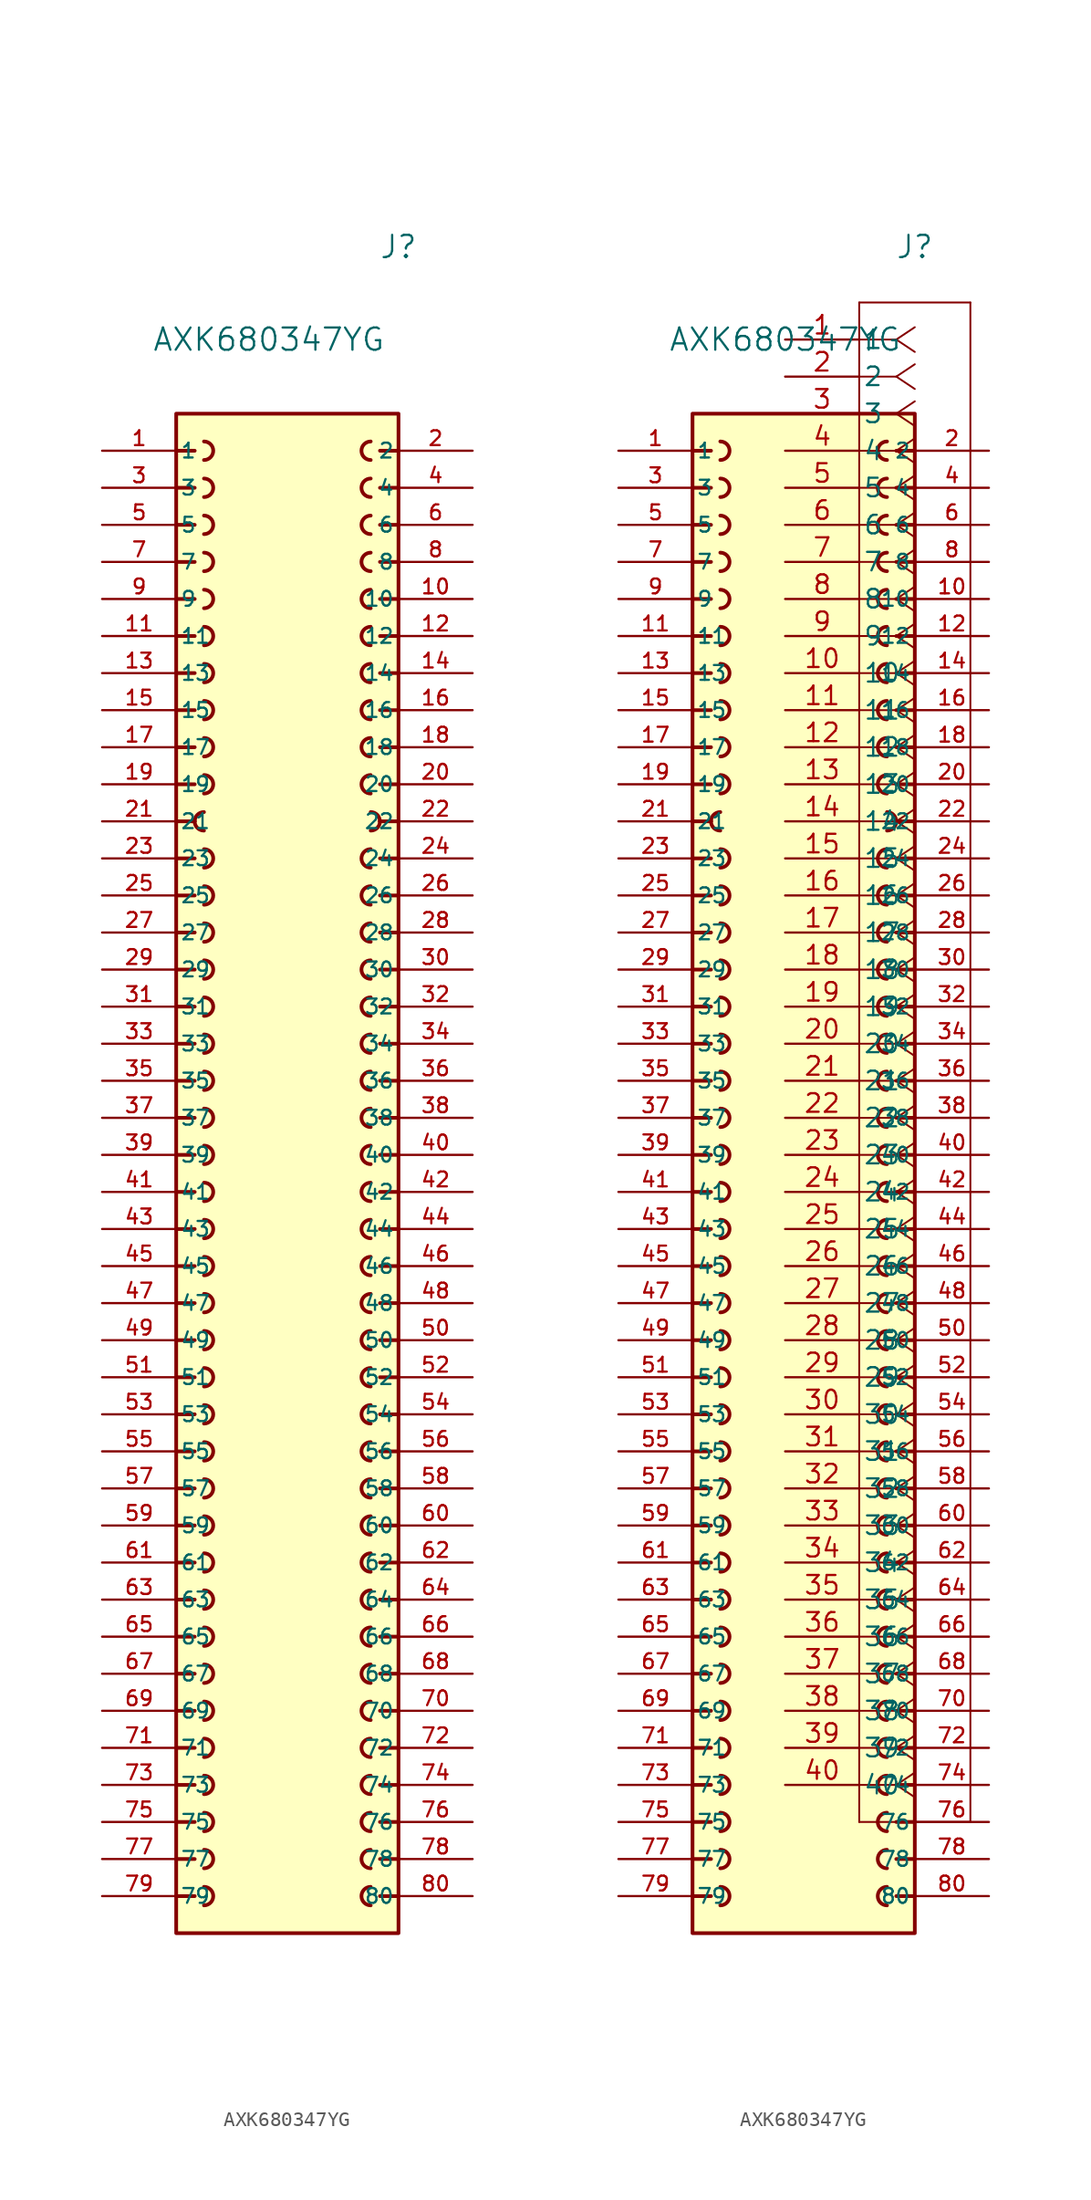
<source format=kicad_sym>
(kicad_symbol_lib
  (version 20231120)
  (generator "kicad_symbol_editor")
  (generator_version "8.0")
  (symbol "AXK680347YG"
    (pin_names
      (offset 0.254))
    (property "Reference" "J"
      (at 7.62 63.5 0)
      (effects (font (size 1.524 1.524))))
    (property "Value" "AXK680347YG"
      (at -1.27 57.15 0)
      (effects (font (size 1.524 1.524))))
    (symbol "AXK680347YG_0_0"
      (rectangle (start -7.62 52.07) (end 7.62 -52.07) (stroke (width 0.254) (type solid)) (fill (type background)))
      (arc (start -6.35 24.13) (mid -6.164 23.681) (end -5.715 23.495) (stroke (width 0.254) (type solid)) (fill (type none)))
      (arc (start -5.715 -50.165) (mid -5.0827 -49.53) (end -5.715 -48.895) (stroke (width 0.254) (type solid)) (fill (type none)))
      (arc (start -5.715 -47.625) (mid -5.0827 -46.99) (end -5.715 -46.355) (stroke (width 0.254) (type solid)) (fill (type none)))
      (arc (start -5.715 -45.085) (mid -5.0827 -44.45) (end -5.715 -43.815) (stroke (width 0.254) (type solid)) (fill (type none)))
      (arc (start -5.715 -42.545) (mid -5.0827 -41.91) (end -5.715 -41.275) (stroke (width 0.254) (type solid)) (fill (type none)))
      (arc (start -5.715 -40.005) (mid -5.0827 -39.37) (end -5.715 -38.735) (stroke (width 0.254) (type solid)) (fill (type none)))
      (arc (start -5.715 -37.465) (mid -5.0827 -36.83) (end -5.715 -36.195) (stroke (width 0.254) (type solid)) (fill (type none)))
      (arc (start -5.715 -34.925) (mid -5.0827 -34.29) (end -5.715 -33.655) (stroke (width 0.254) (type solid)) (fill (type none)))
      (arc (start -5.715 -32.385) (mid -5.0827 -31.75) (end -5.715 -31.115) (stroke (width 0.254) (type solid)) (fill (type none)))
      (arc (start -5.715 -29.845) (mid -5.0827 -29.21) (end -5.715 -28.575) (stroke (width 0.254) (type solid)) (fill (type none)))
      (arc (start -5.715 -27.305) (mid -5.0827 -26.67) (end -5.715 -26.035) (stroke (width 0.254) (type solid)) (fill (type none)))
      (arc (start -5.715 -24.765) (mid -5.0827 -24.13) (end -5.715 -23.495) (stroke (width 0.254) (type solid)) (fill (type none)))
      (arc (start -5.715 -22.225) (mid -5.0827 -21.59) (end -5.715 -20.955) (stroke (width 0.254) (type solid)) (fill (type none)))
      (arc (start -5.715 -19.685) (mid -5.0827 -19.05) (end -5.715 -18.415) (stroke (width 0.254) (type solid)) (fill (type none)))
      (arc (start -5.715 -17.145) (mid -5.0827 -16.51) (end -5.715 -15.875) (stroke (width 0.254) (type solid)) (fill (type none)))
      (arc (start -5.715 -14.605) (mid -5.0827 -13.97) (end -5.715 -13.335) (stroke (width 0.254) (type solid)) (fill (type none)))
      (arc (start -5.715 -12.065) (mid -5.0827 -11.43) (end -5.715 -10.795) (stroke (width 0.254) (type solid)) (fill (type none)))
      (arc (start -5.715 -9.525) (mid -5.0827 -8.89) (end -5.715 -8.255) (stroke (width 0.254) (type solid)) (fill (type none)))
      (arc (start -5.715 -6.985) (mid -5.0827 -6.35) (end -5.715 -5.715) (stroke (width 0.254) (type solid)) (fill (type none)))
      (arc (start -5.715 -4.445) (mid -5.0827 -3.81) (end -5.715 -3.175) (stroke (width 0.254) (type solid)) (fill (type none)))
      (arc (start -5.715 -1.905) (mid -5.0827 -1.27) (end -5.715 -0.635) (stroke (width 0.254) (type solid)) (fill (type none)))
      (arc (start -5.715 0.635) (mid -5.0827 1.27) (end -5.715 1.905) (stroke (width 0.254) (type solid)) (fill (type none)))
      (arc (start -5.715 3.175) (mid -5.0827 3.81) (end -5.715 4.445) (stroke (width 0.254) (type solid)) (fill (type none)))
      (arc (start -5.715 5.715) (mid -5.0827 6.35) (end -5.715 6.985) (stroke (width 0.254) (type solid)) (fill (type none)))
      (arc (start -5.715 8.255) (mid -5.0827 8.89) (end -5.715 9.525) (stroke (width 0.254) (type solid)) (fill (type none)))
      (arc (start -5.715 10.795) (mid -5.0827 11.43) (end -5.715 12.065) (stroke (width 0.254) (type solid)) (fill (type none)))
      (arc (start -5.715 13.335) (mid -5.0827 13.97) (end -5.715 14.605) (stroke (width 0.254) (type solid)) (fill (type none)))
      (arc (start -5.715 15.875) (mid -5.0827 16.51) (end -5.715 17.145) (stroke (width 0.254) (type solid)) (fill (type none)))
      (arc (start -5.715 18.415) (mid -5.0827 19.05) (end -5.715 19.685) (stroke (width 0.254) (type solid)) (fill (type none)))
      (arc (start -5.715 20.955) (mid -5.0827 21.59) (end -5.715 22.225) (stroke (width 0.254) (type solid)) (fill (type none)))
      (arc (start -5.715 24.765) (mid -6.164 24.579) (end -6.35 24.13) (stroke (width 0.254) (type solid)) (fill (type none)))
      (arc (start -5.715 26.035) (mid -5.0827 26.67) (end -5.715 27.305) (stroke (width 0.254) (type solid)) (fill (type none)))
      (arc (start -5.715 28.575) (mid -5.0827 29.21) (end -5.715 29.845) (stroke (width 0.254) (type solid)) (fill (type none)))
      (arc (start -5.715 31.115) (mid -5.0827 31.75) (end -5.715 32.385) (stroke (width 0.254) (type solid)) (fill (type none)))
      (arc (start -5.715 33.655) (mid -5.0827 34.29) (end -5.715 34.925) (stroke (width 0.254) (type solid)) (fill (type none)))
      (arc (start -5.715 36.195) (mid -5.0827 36.83) (end -5.715 37.465) (stroke (width 0.254) (type solid)) (fill (type none)))
      (arc (start -5.715 38.735) (mid -5.0827 39.37) (end -5.715 40.005) (stroke (width 0.254) (type solid)) (fill (type none)))
      (arc (start -5.715 41.275) (mid -5.0827 41.91) (end -5.715 42.545) (stroke (width 0.254) (type solid)) (fill (type none)))
      (arc (start -5.715 43.815) (mid -5.0827 44.45) (end -5.715 45.085) (stroke (width 0.254) (type solid)) (fill (type none)))
      (arc (start -5.715 46.355) (mid -5.0827 46.99) (end -5.715 47.625) (stroke (width 0.254) (type solid)) (fill (type none)))
      (arc (start -5.715 48.895) (mid -5.0827 49.53) (end -5.715 50.165) (stroke (width 0.254) (type solid)) (fill (type none)))
      (polyline (pts (xy -7.62 -49.53) (xy -6.35 -49.53)) (stroke (width 0.254) (type solid)) (fill (type none)))
      (polyline (pts (xy -7.62 -46.99) (xy -6.35 -46.99)) (stroke (width 0.254) (type solid)) (fill (type none)))
      (polyline (pts (xy -7.62 -44.45) (xy -6.35 -44.45)) (stroke (width 0.254) (type solid)) (fill (type none)))
      (polyline (pts (xy -7.62 -41.91) (xy -6.35 -41.91)) (stroke (width 0.254) (type solid)) (fill (type none)))
      (polyline (pts (xy -7.62 -39.37) (xy -6.35 -39.37)) (stroke (width 0.254) (type solid)) (fill (type none)))
      (polyline (pts (xy -7.62 -36.83) (xy -6.35 -36.83)) (stroke (width 0.254) (type solid)) (fill (type none)))
      (polyline (pts (xy -7.62 -34.29) (xy -6.35 -34.29)) (stroke (width 0.254) (type solid)) (fill (type none)))
      (polyline (pts (xy -7.62 -31.75) (xy -6.35 -31.75)) (stroke (width 0.254) (type solid)) (fill (type none)))
      (polyline (pts (xy -7.62 -29.21) (xy -6.35 -29.21)) (stroke (width 0.254) (type solid)) (fill (type none)))
      (polyline (pts (xy -7.62 -26.67) (xy -6.35 -26.67)) (stroke (width 0.254) (type solid)) (fill (type none)))
      (polyline (pts (xy -7.62 -24.13) (xy -6.35 -24.13)) (stroke (width 0.254) (type solid)) (fill (type none)))
      (polyline (pts (xy -7.62 -21.59) (xy -6.35 -21.59)) (stroke (width 0.254) (type solid)) (fill (type none)))
      (polyline (pts (xy -7.62 -19.05) (xy -6.35 -19.05)) (stroke (width 0.254) (type solid)) (fill (type none)))
      (polyline (pts (xy -7.62 -16.51) (xy -6.35 -16.51)) (stroke (width 0.254) (type solid)) (fill (type none)))
      (polyline (pts (xy -7.62 -13.97) (xy -6.35 -13.97)) (stroke (width 0.254) (type solid)) (fill (type none)))
      (polyline (pts (xy -7.62 -11.43) (xy -6.35 -11.43)) (stroke (width 0.254) (type solid)) (fill (type none)))
      (polyline (pts (xy -7.62 -8.89) (xy -6.35 -8.89)) (stroke (width 0.254) (type solid)) (fill (type none)))
      (polyline (pts (xy -7.62 -6.35) (xy -6.35 -6.35)) (stroke (width 0.254) (type solid)) (fill (type none)))
      (polyline (pts (xy -7.62 -3.81) (xy -6.35 -3.81)) (stroke (width 0.254) (type solid)) (fill (type none)))
      (polyline (pts (xy -7.62 -1.27) (xy -6.35 -1.27)) (stroke (width 0.254) (type solid)) (fill (type none)))
      (polyline (pts (xy -7.62 1.27) (xy -6.35 1.27)) (stroke (width 0.254) (type solid)) (fill (type none)))
      (polyline (pts (xy -7.62 3.81) (xy -6.35 3.81)) (stroke (width 0.254) (type solid)) (fill (type none)))
      (polyline (pts (xy -7.62 6.35) (xy -6.35 6.35)) (stroke (width 0.254) (type solid)) (fill (type none)))
      (polyline (pts (xy -7.62 8.89) (xy -6.35 8.89)) (stroke (width 0.254) (type solid)) (fill (type none)))
      (polyline (pts (xy -7.62 11.43) (xy -6.35 11.43)) (stroke (width 0.254) (type solid)) (fill (type none)))
      (polyline (pts (xy -7.62 13.97) (xy -6.35 13.97)) (stroke (width 0.254) (type solid)) (fill (type none)))
      (polyline (pts (xy -7.62 16.51) (xy -6.35 16.51)) (stroke (width 0.254) (type solid)) (fill (type none)))
      (polyline (pts (xy -7.62 19.05) (xy -6.35 19.05)) (stroke (width 0.254) (type solid)) (fill (type none)))
      (polyline (pts (xy -7.62 21.59) (xy -6.35 21.59)) (stroke (width 0.254) (type solid)) (fill (type none)))
      (polyline (pts (xy -7.62 24.13) (xy -6.35 24.13)) (stroke (width 0.254) (type solid)) (fill (type none)))
      (polyline (pts (xy -7.62 26.67) (xy -6.35 26.67)) (stroke (width 0.254) (type solid)) (fill (type none)))
      (polyline (pts (xy -7.62 29.21) (xy -6.35 29.21)) (stroke (width 0.254) (type solid)) (fill (type none)))
      (polyline (pts (xy -7.62 31.75) (xy -6.35 31.75)) (stroke (width 0.254) (type solid)) (fill (type none)))
      (polyline (pts (xy -7.62 34.29) (xy -6.35 34.29)) (stroke (width 0.254) (type solid)) (fill (type none)))
      (polyline (pts (xy -7.62 36.83) (xy -6.35 36.83)) (stroke (width 0.254) (type solid)) (fill (type none)))
      (polyline (pts (xy -7.62 39.37) (xy -6.35 39.37)) (stroke (width 0.254) (type solid)) (fill (type none)))
      (polyline (pts (xy -7.62 41.91) (xy -6.35 41.91)) (stroke (width 0.254) (type solid)) (fill (type none)))
      (polyline (pts (xy -7.62 44.45) (xy -6.35 44.45)) (stroke (width 0.254) (type solid)) (fill (type none)))
      (polyline (pts (xy -7.62 46.99) (xy -6.35 46.99)) (stroke (width 0.254) (type solid)) (fill (type none)))
      (polyline (pts (xy -7.62 49.53) (xy -6.35 49.53)) (stroke (width 0.254) (type solid)) (fill (type none)))
      (polyline (pts (xy 7.62 -49.53) (xy 6.35 -49.53)) (stroke (width 0.254) (type solid)) (fill (type none)))
      (polyline (pts (xy 7.62 -46.99) (xy 6.35 -46.99)) (stroke (width 0.254) (type solid)) (fill (type none)))
      (polyline (pts (xy 7.62 -44.45) (xy 6.35 -44.45)) (stroke (width 0.254) (type solid)) (fill (type none)))
      (polyline (pts (xy 7.62 -41.91) (xy 6.35 -41.91)) (stroke (width 0.254) (type solid)) (fill (type none)))
      (polyline (pts (xy 7.62 -39.37) (xy 6.35 -39.37)) (stroke (width 0.254) (type solid)) (fill (type none)))
      (polyline (pts (xy 7.62 -36.83) (xy 6.35 -36.83)) (stroke (width 0.254) (type solid)) (fill (type none)))
      (polyline (pts (xy 7.62 -34.29) (xy 6.35 -34.29)) (stroke (width 0.254) (type solid)) (fill (type none)))
      (polyline (pts (xy 7.62 -31.75) (xy 6.35 -31.75)) (stroke (width 0.254) (type solid)) (fill (type none)))
      (polyline (pts (xy 7.62 -29.21) (xy 6.35 -29.21)) (stroke (width 0.254) (type solid)) (fill (type none)))
      (polyline (pts (xy 7.62 -26.67) (xy 6.35 -26.67)) (stroke (width 0.254) (type solid)) (fill (type none)))
      (polyline (pts (xy 7.62 -24.13) (xy 6.35 -24.13)) (stroke (width 0.254) (type solid)) (fill (type none)))
      (polyline (pts (xy 7.62 -21.59) (xy 6.35 -21.59)) (stroke (width 0.254) (type solid)) (fill (type none)))
      (polyline (pts (xy 7.62 -19.05) (xy 6.35 -19.05)) (stroke (width 0.254) (type solid)) (fill (type none)))
      (polyline (pts (xy 7.62 -16.51) (xy 6.35 -16.51)) (stroke (width 0.254) (type solid)) (fill (type none)))
      (polyline (pts (xy 7.62 -13.97) (xy 6.35 -13.97)) (stroke (width 0.254) (type solid)) (fill (type none)))
      (polyline (pts (xy 7.62 -11.43) (xy 6.35 -11.43)) (stroke (width 0.254) (type solid)) (fill (type none)))
      (polyline (pts (xy 7.62 -8.89) (xy 6.35 -8.89)) (stroke (width 0.254) (type solid)) (fill (type none)))
      (polyline (pts (xy 7.62 -6.35) (xy 6.35 -6.35)) (stroke (width 0.254) (type solid)) (fill (type none)))
      (polyline (pts (xy 7.62 -3.81) (xy 6.35 -3.81)) (stroke (width 0.254) (type solid)) (fill (type none)))
      (polyline (pts (xy 7.62 -1.27) (xy 6.35 -1.27)) (stroke (width 0.254) (type solid)) (fill (type none)))
      (polyline (pts (xy 7.62 1.27) (xy 6.35 1.27)) (stroke (width 0.254) (type solid)) (fill (type none)))
      (polyline (pts (xy 7.62 3.81) (xy 6.35 3.81)) (stroke (width 0.254) (type solid)) (fill (type none)))
      (polyline (pts (xy 7.62 6.35) (xy 6.35 6.35)) (stroke (width 0.254) (type solid)) (fill (type none)))
      (polyline (pts (xy 7.62 8.89) (xy 6.35 8.89)) (stroke (width 0.254) (type solid)) (fill (type none)))
      (polyline (pts (xy 7.62 11.43) (xy 6.35 11.43)) (stroke (width 0.254) (type solid)) (fill (type none)))
      (polyline (pts (xy 7.62 13.97) (xy 6.35 13.97)) (stroke (width 0.254) (type solid)) (fill (type none)))
      (polyline (pts (xy 7.62 16.51) (xy 6.35 16.51)) (stroke (width 0.254) (type solid)) (fill (type none)))
      (polyline (pts (xy 7.62 19.05) (xy 6.35 19.05)) (stroke (width 0.254) (type solid)) (fill (type none)))
      (polyline (pts (xy 7.62 21.59) (xy 6.35 21.59)) (stroke (width 0.254) (type solid)) (fill (type none)))
      (polyline (pts (xy 7.62 24.13) (xy 6.35 24.13)) (stroke (width 0.254) (type solid)) (fill (type none)))
      (polyline (pts (xy 7.62 26.67) (xy 6.35 26.67)) (stroke (width 0.254) (type solid)) (fill (type none)))
      (polyline (pts (xy 7.62 29.21) (xy 6.35 29.21)) (stroke (width 0.254) (type solid)) (fill (type none)))
      (polyline (pts (xy 7.62 31.75) (xy 6.35 31.75)) (stroke (width 0.254) (type solid)) (fill (type none)))
      (polyline (pts (xy 7.62 34.29) (xy 6.35 34.29)) (stroke (width 0.254) (type solid)) (fill (type none)))
      (polyline (pts (xy 7.62 36.83) (xy 6.35 36.83)) (stroke (width 0.254) (type solid)) (fill (type none)))
      (polyline (pts (xy 7.62 39.37) (xy 6.35 39.37)) (stroke (width 0.254) (type solid)) (fill (type none)))
      (polyline (pts (xy 7.62 41.91) (xy 6.35 41.91)) (stroke (width 0.254) (type solid)) (fill (type none)))
      (polyline (pts (xy 7.62 44.45) (xy 6.35 44.45)) (stroke (width 0.254) (type solid)) (fill (type none)))
      (polyline (pts (xy 7.62 46.99) (xy 6.35 46.99)) (stroke (width 0.254) (type solid)) (fill (type none)))
      (polyline (pts (xy 7.62 49.53) (xy 6.35 49.53)) (stroke (width 0.254) (type solid)) (fill (type none)))
      (arc (start 5.715 -48.895) (mid 5.083 -49.53) (end 5.715 -50.165) (stroke (width 0.254) (type solid)) (fill (type none)))
      (arc (start 5.715 -46.355) (mid 5.083 -46.99) (end 5.715 -47.625) (stroke (width 0.254) (type solid)) (fill (type none)))
      (arc (start 5.715 -43.815) (mid 5.083 -44.45) (end 5.715 -45.085) (stroke (width 0.254) (type solid)) (fill (type none)))
      (arc (start 5.715 -41.275) (mid 5.083 -41.91) (end 5.715 -42.545) (stroke (width 0.254) (type solid)) (fill (type none)))
      (arc (start 5.715 -38.735) (mid 5.083 -39.37) (end 5.715 -40.005) (stroke (width 0.254) (type solid)) (fill (type none)))
      (arc (start 5.715 -36.195) (mid 5.083 -36.83) (end 5.715 -37.465) (stroke (width 0.254) (type solid)) (fill (type none)))
      (arc (start 5.715 -33.655) (mid 5.083 -34.29) (end 5.715 -34.925) (stroke (width 0.254) (type solid)) (fill (type none)))
      (arc (start 5.715 -31.115) (mid 5.083 -31.75) (end 5.715 -32.385) (stroke (width 0.254) (type solid)) (fill (type none)))
      (arc (start 5.715 -28.575) (mid 5.083 -29.21) (end 5.715 -29.845) (stroke (width 0.254) (type solid)) (fill (type none)))
      (arc (start 5.715 -26.035) (mid 5.083 -26.67) (end 5.715 -27.305) (stroke (width 0.254) (type solid)) (fill (type none)))
      (arc (start 5.715 -23.495) (mid 5.083 -24.13) (end 5.715 -24.765) (stroke (width 0.254) (type solid)) (fill (type none)))
      (arc (start 5.715 -20.955) (mid 5.083 -21.59) (end 5.715 -22.225) (stroke (width 0.254) (type solid)) (fill (type none)))
      (arc (start 5.715 -18.415) (mid 5.083 -19.05) (end 5.715 -19.685) (stroke (width 0.254) (type solid)) (fill (type none)))
      (arc (start 5.715 -15.875) (mid 5.083 -16.51) (end 5.715 -17.145) (stroke (width 0.254) (type solid)) (fill (type none)))
      (arc (start 5.715 -13.335) (mid 5.083 -13.97) (end 5.715 -14.605) (stroke (width 0.254) (type solid)) (fill (type none)))
      (arc (start 5.715 -10.795) (mid 5.083 -11.43) (end 5.715 -12.065) (stroke (width 0.254) (type solid)) (fill (type none)))
      (arc (start 5.715 -8.255) (mid 5.083 -8.89) (end 5.715 -9.525) (stroke (width 0.254) (type solid)) (fill (type none)))
      (arc (start 5.715 -5.715) (mid 5.083 -6.35) (end 5.715 -6.985) (stroke (width 0.254) (type solid)) (fill (type none)))
      (arc (start 5.715 -3.175) (mid 5.083 -3.81) (end 5.715 -4.445) (stroke (width 0.254) (type solid)) (fill (type none)))
      (arc (start 5.715 -0.635) (mid 5.083 -1.27) (end 5.715 -1.905) (stroke (width 0.254) (type solid)) (fill (type none)))
      (arc (start 5.715 1.905) (mid 5.083 1.27) (end 5.715 0.635) (stroke (width 0.254) (type solid)) (fill (type none)))
      (arc (start 5.715 4.445) (mid 5.083 3.81) (end 5.715 3.175) (stroke (width 0.254) (type solid)) (fill (type none)))
      (arc (start 5.715 6.985) (mid 5.083 6.35) (end 5.715 5.715) (stroke (width 0.254) (type solid)) (fill (type none)))
      (arc (start 5.715 9.525) (mid 5.083 8.89) (end 5.715 8.255) (stroke (width 0.254) (type solid)) (fill (type none)))
      (arc (start 5.715 12.065) (mid 5.083 11.43) (end 5.715 10.795) (stroke (width 0.254) (type solid)) (fill (type none)))
      (arc (start 5.715 14.605) (mid 5.083 13.97) (end 5.715 13.335) (stroke (width 0.254) (type solid)) (fill (type none)))
      (arc (start 5.715 17.145) (mid 5.083 16.51) (end 5.715 15.875) (stroke (width 0.254) (type solid)) (fill (type none)))
      (arc (start 5.715 19.685) (mid 5.083 19.05) (end 5.715 18.415) (stroke (width 0.254) (type solid)) (fill (type none)))
      (arc (start 5.715 22.225) (mid 5.083 21.59) (end 5.715 20.955) (stroke (width 0.254) (type solid)) (fill (type none)))
      (arc (start 5.715 23.495) (mid 6.164 23.681) (end 6.35 24.13) (stroke (width 0.254) (type solid)) (fill (type none)))
      (arc (start 5.715 27.305) (mid 5.083 26.67) (end 5.715 26.035) (stroke (width 0.254) (type solid)) (fill (type none)))
      (arc (start 5.715 29.845) (mid 5.083 29.21) (end 5.715 28.575) (stroke (width 0.254) (type solid)) (fill (type none)))
      (arc (start 5.715 32.385) (mid 5.083 31.75) (end 5.715 31.115) (stroke (width 0.254) (type solid)) (fill (type none)))
      (arc (start 5.715 34.925) (mid 5.083 34.29) (end 5.715 33.655) (stroke (width 0.254) (type solid)) (fill (type none)))
      (arc (start 5.715 37.465) (mid 5.083 36.83) (end 5.715 36.195) (stroke (width 0.254) (type solid)) (fill (type none)))
      (arc (start 5.715 40.005) (mid 5.083 39.37) (end 5.715 38.735) (stroke (width 0.254) (type solid)) (fill (type none)))
      (arc (start 5.715 42.545) (mid 5.083 41.91) (end 5.715 41.275) (stroke (width 0.254) (type solid)) (fill (type none)))
      (arc (start 5.715 45.085) (mid 5.083 44.45) (end 5.715 43.815) (stroke (width 0.254) (type solid)) (fill (type none)))
      (arc (start 5.715 47.625) (mid 5.083 46.99) (end 5.715 46.355) (stroke (width 0.254) (type solid)) (fill (type none)))
      (arc (start 5.715 50.165) (mid 5.083 49.53) (end 5.715 48.895) (stroke (width 0.254) (type solid)) (fill (type none)))
      (arc (start 6.35 24.13) (mid 6.164 24.579) (end 5.715 24.765) (stroke (width 0.254) (type solid)) (fill (type none)))
      (pin passive line (at -12.7 49.53 0) (length 5.08) (name "1" (effects (font (size 1.016 1.016)))) (number "1" (effects (font (size 1.016 1.016)))))
      (pin passive line (at 12.7 39.37 180) (length 5.08) (name "10" (effects (font (size 1.016 1.016)))) (number "10" (effects (font (size 1.016 1.016)))))
      (pin passive line (at -12.7 36.83 0) (length 5.08) (name "11" (effects (font (size 1.016 1.016)))) (number "11" (effects (font (size 1.016 1.016)))))
      (pin passive line (at 12.7 36.83 180) (length 5.08) (name "12" (effects (font (size 1.016 1.016)))) (number "12" (effects (font (size 1.016 1.016)))))
      (pin passive line (at -12.7 34.29 0) (length 5.08) (name "13" (effects (font (size 1.016 1.016)))) (number "13" (effects (font (size 1.016 1.016)))))
      (pin passive line (at 12.7 34.29 180) (length 5.08) (name "14" (effects (font (size 1.016 1.016)))) (number "14" (effects (font (size 1.016 1.016)))))
      (pin passive line (at -12.7 31.75 0) (length 5.08) (name "15" (effects (font (size 1.016 1.016)))) (number "15" (effects (font (size 1.016 1.016)))))
      (pin passive line (at 12.7 31.75 180) (length 5.08) (name "16" (effects (font (size 1.016 1.016)))) (number "16" (effects (font (size 1.016 1.016)))))
      (pin passive line (at -12.7 29.21 0) (length 5.08) (name "17" (effects (font (size 1.016 1.016)))) (number "17" (effects (font (size 1.016 1.016)))))
      (pin passive line (at 12.7 29.21 180) (length 5.08) (name "18" (effects (font (size 1.016 1.016)))) (number "18" (effects (font (size 1.016 1.016)))))
      (pin passive line (at -12.7 26.67 0) (length 5.08) (name "19" (effects (font (size 1.016 1.016)))) (number "19" (effects (font (size 1.016 1.016)))))
      (pin passive line (at 12.7 49.53 180) (length 5.08) (name "2" (effects (font (size 1.016 1.016)))) (number "2" (effects (font (size 1.016 1.016)))))
      (pin passive line (at 12.7 26.67 180) (length 5.08) (name "20" (effects (font (size 1.016 1.016)))) (number "20" (effects (font (size 1.016 1.016)))))
      (pin passive line (at -12.7 24.13 0) (length 5.08) (name "21" (effects (font (size 1.016 1.016)))) (number "21" (effects (font (size 1.016 1.016)))))
      (pin passive line (at 12.7 24.13 180) (length 5.08) (name "22" (effects (font (size 1.016 1.016)))) (number "22" (effects (font (size 1.016 1.016)))))
      (pin passive line (at -12.7 21.59 0) (length 5.08) (name "23" (effects (font (size 1.016 1.016)))) (number "23" (effects (font (size 1.016 1.016)))))
      (pin passive line (at 12.7 21.59 180) (length 5.08) (name "24" (effects (font (size 1.016 1.016)))) (number "24" (effects (font (size 1.016 1.016)))))
      (pin passive line (at -12.7 19.05 0) (length 5.08) (name "25" (effects (font (size 1.016 1.016)))) (number "25" (effects (font (size 1.016 1.016)))))
      (pin passive line (at 12.7 19.05 180) (length 5.08) (name "26" (effects (font (size 1.016 1.016)))) (number "26" (effects (font (size 1.016 1.016)))))
      (pin passive line (at -12.7 16.51 0) (length 5.08) (name "27" (effects (font (size 1.016 1.016)))) (number "27" (effects (font (size 1.016 1.016)))))
      (pin passive line (at 12.7 16.51 180) (length 5.08) (name "28" (effects (font (size 1.016 1.016)))) (number "28" (effects (font (size 1.016 1.016)))))
      (pin passive line (at -12.7 13.97 0) (length 5.08) (name "29" (effects (font (size 1.016 1.016)))) (number "29" (effects (font (size 1.016 1.016)))))
      (pin passive line (at -12.7 46.99 0) (length 5.08) (name "3" (effects (font (size 1.016 1.016)))) (number "3" (effects (font (size 1.016 1.016)))))
      (pin passive line (at 12.7 13.97 180) (length 5.08) (name "30" (effects (font (size 1.016 1.016)))) (number "30" (effects (font (size 1.016 1.016)))))
      (pin passive line (at -12.7 11.43 0) (length 5.08) (name "31" (effects (font (size 1.016 1.016)))) (number "31" (effects (font (size 1.016 1.016)))))
      (pin passive line (at 12.7 11.43 180) (length 5.08) (name "32" (effects (font (size 1.016 1.016)))) (number "32" (effects (font (size 1.016 1.016)))))
      (pin passive line (at -12.7 8.89 0) (length 5.08) (name "33" (effects (font (size 1.016 1.016)))) (number "33" (effects (font (size 1.016 1.016)))))
      (pin passive line (at 12.7 8.89 180) (length 5.08) (name "34" (effects (font (size 1.016 1.016)))) (number "34" (effects (font (size 1.016 1.016)))))
      (pin passive line (at -12.7 6.35 0) (length 5.08) (name "35" (effects (font (size 1.016 1.016)))) (number "35" (effects (font (size 1.016 1.016)))))
      (pin passive line (at 12.7 6.35 180) (length 5.08) (name "36" (effects (font (size 1.016 1.016)))) (number "36" (effects (font (size 1.016 1.016)))))
      (pin passive line (at -12.7 3.81 0) (length 5.08) (name "37" (effects (font (size 1.016 1.016)))) (number "37" (effects (font (size 1.016 1.016)))))
      (pin passive line (at 12.7 3.81 180) (length 5.08) (name "38" (effects (font (size 1.016 1.016)))) (number "38" (effects (font (size 1.016 1.016)))))
      (pin passive line (at -12.7 1.27 0) (length 5.08) (name "39" (effects (font (size 1.016 1.016)))) (number "39" (effects (font (size 1.016 1.016)))))
      (pin passive line (at 12.7 46.99 180) (length 5.08) (name "4" (effects (font (size 1.016 1.016)))) (number "4" (effects (font (size 1.016 1.016)))))
      (pin passive line (at 12.7 1.27 180) (length 5.08) (name "40" (effects (font (size 1.016 1.016)))) (number "40" (effects (font (size 1.016 1.016)))))
      (pin passive line (at -12.7 -1.27 0) (length 5.08) (name "41" (effects (font (size 1.016 1.016)))) (number "41" (effects (font (size 1.016 1.016)))))
      (pin passive line (at 12.7 -1.27 180) (length 5.08) (name "42" (effects (font (size 1.016 1.016)))) (number "42" (effects (font (size 1.016 1.016)))))
      (pin passive line (at -12.7 -3.81 0) (length 5.08) (name "43" (effects (font (size 1.016 1.016)))) (number "43" (effects (font (size 1.016 1.016)))))
      (pin passive line (at 12.7 -3.81 180) (length 5.08) (name "44" (effects (font (size 1.016 1.016)))) (number "44" (effects (font (size 1.016 1.016)))))
      (pin passive line (at -12.7 -6.35 0) (length 5.08) (name "45" (effects (font (size 1.016 1.016)))) (number "45" (effects (font (size 1.016 1.016)))))
      (pin passive line (at 12.7 -6.35 180) (length 5.08) (name "46" (effects (font (size 1.016 1.016)))) (number "46" (effects (font (size 1.016 1.016)))))
      (pin passive line (at -12.7 -8.89 0) (length 5.08) (name "47" (effects (font (size 1.016 1.016)))) (number "47" (effects (font (size 1.016 1.016)))))
      (pin passive line (at 12.7 -8.89 180) (length 5.08) (name "48" (effects (font (size 1.016 1.016)))) (number "48" (effects (font (size 1.016 1.016)))))
      (pin passive line (at -12.7 -11.43 0) (length 5.08) (name "49" (effects (font (size 1.016 1.016)))) (number "49" (effects (font (size 1.016 1.016)))))
      (pin passive line (at -12.7 44.45 0) (length 5.08) (name "5" (effects (font (size 1.016 1.016)))) (number "5" (effects (font (size 1.016 1.016)))))
      (pin passive line (at 12.7 -11.43 180) (length 5.08) (name "50" (effects (font (size 1.016 1.016)))) (number "50" (effects (font (size 1.016 1.016)))))
      (pin passive line (at -12.7 -13.97 0) (length 5.08) (name "51" (effects (font (size 1.016 1.016)))) (number "51" (effects (font (size 1.016 1.016)))))
      (pin passive line (at 12.7 -13.97 180) (length 5.08) (name "52" (effects (font (size 1.016 1.016)))) (number "52" (effects (font (size 1.016 1.016)))))
      (pin passive line (at -12.7 -16.51 0) (length 5.08) (name "53" (effects (font (size 1.016 1.016)))) (number "53" (effects (font (size 1.016 1.016)))))
      (pin passive line (at 12.7 -16.51 180) (length 5.08) (name "54" (effects (font (size 1.016 1.016)))) (number "54" (effects (font (size 1.016 1.016)))))
      (pin passive line (at -12.7 -19.05 0) (length 5.08) (name "55" (effects (font (size 1.016 1.016)))) (number "55" (effects (font (size 1.016 1.016)))))
      (pin passive line (at 12.7 -19.05 180) (length 5.08) (name "56" (effects (font (size 1.016 1.016)))) (number "56" (effects (font (size 1.016 1.016)))))
      (pin passive line (at -12.7 -21.59 0) (length 5.08) (name "57" (effects (font (size 1.016 1.016)))) (number "57" (effects (font (size 1.016 1.016)))))
      (pin passive line (at 12.7 -21.59 180) (length 5.08) (name "58" (effects (font (size 1.016 1.016)))) (number "58" (effects (font (size 1.016 1.016)))))
      (pin passive line (at -12.7 -24.13 0) (length 5.08) (name "59" (effects (font (size 1.016 1.016)))) (number "59" (effects (font (size 1.016 1.016)))))
      (pin passive line (at 12.7 44.45 180) (length 5.08) (name "6" (effects (font (size 1.016 1.016)))) (number "6" (effects (font (size 1.016 1.016)))))
      (pin passive line (at 12.7 -24.13 180) (length 5.08) (name "60" (effects (font (size 1.016 1.016)))) (number "60" (effects (font (size 1.016 1.016)))))
      (pin passive line (at -12.7 -26.67 0) (length 5.08) (name "61" (effects (font (size 1.016 1.016)))) (number "61" (effects (font (size 1.016 1.016)))))
      (pin passive line (at 12.7 -26.67 180) (length 5.08) (name "62" (effects (font (size 1.016 1.016)))) (number "62" (effects (font (size 1.016 1.016)))))
      (pin passive line (at -12.7 -29.21 0) (length 5.08) (name "63" (effects (font (size 1.016 1.016)))) (number "63" (effects (font (size 1.016 1.016)))))
      (pin passive line (at 12.7 -29.21 180) (length 5.08) (name "64" (effects (font (size 1.016 1.016)))) (number "64" (effects (font (size 1.016 1.016)))))
      (pin passive line (at -12.7 -31.75 0) (length 5.08) (name "65" (effects (font (size 1.016 1.016)))) (number "65" (effects (font (size 1.016 1.016)))))
      (pin passive line (at 12.7 -31.75 180) (length 5.08) (name "66" (effects (font (size 1.016 1.016)))) (number "66" (effects (font (size 1.016 1.016)))))
      (pin passive line (at -12.7 -34.29 0) (length 5.08) (name "67" (effects (font (size 1.016 1.016)))) (number "67" (effects (font (size 1.016 1.016)))))
      (pin passive line (at 12.7 -34.29 180) (length 5.08) (name "68" (effects (font (size 1.016 1.016)))) (number "68" (effects (font (size 1.016 1.016)))))
      (pin passive line (at -12.7 -36.83 0) (length 5.08) (name "69" (effects (font (size 1.016 1.016)))) (number "69" (effects (font (size 1.016 1.016)))))
      (pin passive line (at -12.7 41.91 0) (length 5.08) (name "7" (effects (font (size 1.016 1.016)))) (number "7" (effects (font (size 1.016 1.016)))))
      (pin passive line (at 12.7 -36.83 180) (length 5.08) (name "70" (effects (font (size 1.016 1.016)))) (number "70" (effects (font (size 1.016 1.016)))))
      (pin passive line (at -12.7 -39.37 0) (length 5.08) (name "71" (effects (font (size 1.016 1.016)))) (number "71" (effects (font (size 1.016 1.016)))))
      (pin passive line (at 12.7 -39.37 180) (length 5.08) (name "72" (effects (font (size 1.016 1.016)))) (number "72" (effects (font (size 1.016 1.016)))))
      (pin passive line (at -12.7 -41.91 0) (length 5.08) (name "73" (effects (font (size 1.016 1.016)))) (number "73" (effects (font (size 1.016 1.016)))))
      (pin passive line (at 12.7 -41.91 180) (length 5.08) (name "74" (effects (font (size 1.016 1.016)))) (number "74" (effects (font (size 1.016 1.016)))))
      (pin passive line (at -12.7 -44.45 0) (length 5.08) (name "75" (effects (font (size 1.016 1.016)))) (number "75" (effects (font (size 1.016 1.016)))))
      (pin passive line (at 12.7 -44.45 180) (length 5.08) (name "76" (effects (font (size 1.016 1.016)))) (number "76" (effects (font (size 1.016 1.016)))))
      (pin passive line (at -12.7 -46.99 0) (length 5.08) (name "77" (effects (font (size 1.016 1.016)))) (number "77" (effects (font (size 1.016 1.016)))))
      (pin passive line (at 12.7 -46.99 180) (length 5.08) (name "78" (effects (font (size 1.016 1.016)))) (number "78" (effects (font (size 1.016 1.016)))))
      (pin passive line (at -12.7 -49.53 0) (length 5.08) (name "79" (effects (font (size 1.016 1.016)))) (number "79" (effects (font (size 1.016 1.016)))))
      (pin passive line (at 12.7 41.91 180) (length 5.08) (name "8" (effects (font (size 1.016 1.016)))) (number "8" (effects (font (size 1.016 1.016)))))
      (pin passive line (at 12.7 -49.53 180) (length 5.08) (name "80" (effects (font (size 1.016 1.016)))) (number "80" (effects (font (size 1.016 1.016)))))
      (pin passive line (at -12.7 39.37 0) (length 5.08) (name "9" (effects (font (size 1.016 1.016)))) (number "9" (effects (font (size 1.016 1.016))))))
    (symbol "AXK680347YG_1_2"
      (polyline (pts (xy 3.81 -44.45) (xy 11.43 -44.45)) (stroke (width 0.127) (type default)) (fill (type none)))
      (polyline (pts (xy 3.81 59.69) (xy 3.81 -44.45)) (stroke (width 0.127) (type default)) (fill (type none)))
      (polyline (pts (xy 6.35 -41.91) (xy 3.81 -41.91)) (stroke (width 0.127) (type default)) (fill (type none)))
      (polyline (pts (xy 6.35 -41.91) (xy 7.62 -42.757)) (stroke (width 0.127) (type default)) (fill (type none)))
      (polyline (pts (xy 6.35 -41.91) (xy 7.62 -41.063)) (stroke (width 0.127) (type default)) (fill (type none)))
      (polyline (pts (xy 6.35 -39.37) (xy 3.81 -39.37)) (stroke (width 0.127) (type default)) (fill (type none)))
      (polyline (pts (xy 6.35 -39.37) (xy 7.62 -40.217)) (stroke (width 0.127) (type default)) (fill (type none)))
      (polyline (pts (xy 6.35 -39.37) (xy 7.62 -38.523)) (stroke (width 0.127) (type default)) (fill (type none)))
      (polyline (pts (xy 6.35 -36.83) (xy 3.81 -36.83)) (stroke (width 0.127) (type default)) (fill (type none)))
      (polyline (pts (xy 6.35 -36.83) (xy 7.62 -37.677)) (stroke (width 0.127) (type default)) (fill (type none)))
      (polyline (pts (xy 6.35 -36.83) (xy 7.62 -35.983)) (stroke (width 0.127) (type default)) (fill (type none)))
      (polyline (pts (xy 6.35 -34.29) (xy 3.81 -34.29)) (stroke (width 0.127) (type default)) (fill (type none)))
      (polyline (pts (xy 6.35 -34.29) (xy 7.62 -35.137)) (stroke (width 0.127) (type default)) (fill (type none)))
      (polyline (pts (xy 6.35 -34.29) (xy 7.62 -33.443)) (stroke (width 0.127) (type default)) (fill (type none)))
      (polyline (pts (xy 6.35 -31.75) (xy 3.81 -31.75)) (stroke (width 0.127) (type default)) (fill (type none)))
      (polyline (pts (xy 6.35 -31.75) (xy 7.62 -32.597)) (stroke (width 0.127) (type default)) (fill (type none)))
      (polyline (pts (xy 6.35 -31.75) (xy 7.62 -30.903)) (stroke (width 0.127) (type default)) (fill (type none)))
      (polyline (pts (xy 6.35 -29.21) (xy 3.81 -29.21)) (stroke (width 0.127) (type default)) (fill (type none)))
      (polyline (pts (xy 6.35 -29.21) (xy 7.62 -30.057)) (stroke (width 0.127) (type default)) (fill (type none)))
      (polyline (pts (xy 6.35 -29.21) (xy 7.62 -28.363)) (stroke (width 0.127) (type default)) (fill (type none)))
      (polyline (pts (xy 6.35 -26.67) (xy 3.81 -26.67)) (stroke (width 0.127) (type default)) (fill (type none)))
      (polyline (pts (xy 6.35 -26.67) (xy 7.62 -27.517)) (stroke (width 0.127) (type default)) (fill (type none)))
      (polyline (pts (xy 6.35 -26.67) (xy 7.62 -25.823)) (stroke (width 0.127) (type default)) (fill (type none)))
      (polyline (pts (xy 6.35 -24.13) (xy 3.81 -24.13)) (stroke (width 0.127) (type default)) (fill (type none)))
      (polyline (pts (xy 6.35 -24.13) (xy 7.62 -24.977)) (stroke (width 0.127) (type default)) (fill (type none)))
      (polyline (pts (xy 6.35 -24.13) (xy 7.62 -23.283)) (stroke (width 0.127) (type default)) (fill (type none)))
      (polyline (pts (xy 6.35 -21.59) (xy 3.81 -21.59)) (stroke (width 0.127) (type default)) (fill (type none)))
      (polyline (pts (xy 6.35 -21.59) (xy 7.62 -22.437)) (stroke (width 0.127) (type default)) (fill (type none)))
      (polyline (pts (xy 6.35 -21.59) (xy 7.62 -20.743)) (stroke (width 0.127) (type default)) (fill (type none)))
      (polyline (pts (xy 6.35 -19.05) (xy 3.81 -19.05)) (stroke (width 0.127) (type default)) (fill (type none)))
      (polyline (pts (xy 6.35 -19.05) (xy 7.62 -19.897)) (stroke (width 0.127) (type default)) (fill (type none)))
      (polyline (pts (xy 6.35 -19.05) (xy 7.62 -18.203)) (stroke (width 0.127) (type default)) (fill (type none)))
      (polyline (pts (xy 6.35 -16.51) (xy 3.81 -16.51)) (stroke (width 0.127) (type default)) (fill (type none)))
      (polyline (pts (xy 6.35 -16.51) (xy 7.62 -17.357)) (stroke (width 0.127) (type default)) (fill (type none)))
      (polyline (pts (xy 6.35 -16.51) (xy 7.62 -15.663)) (stroke (width 0.127) (type default)) (fill (type none)))
      (polyline (pts (xy 6.35 -13.97) (xy 3.81 -13.97)) (stroke (width 0.127) (type default)) (fill (type none)))
      (polyline (pts (xy 6.35 -13.97) (xy 7.62 -14.817)) (stroke (width 0.127) (type default)) (fill (type none)))
      (polyline (pts (xy 6.35 -13.97) (xy 7.62 -13.123)) (stroke (width 0.127) (type default)) (fill (type none)))
      (polyline (pts (xy 6.35 -11.43) (xy 3.81 -11.43)) (stroke (width 0.127) (type default)) (fill (type none)))
      (polyline (pts (xy 6.35 -11.43) (xy 7.62 -12.277)) (stroke (width 0.127) (type default)) (fill (type none)))
      (polyline (pts (xy 6.35 -11.43) (xy 7.62 -10.583)) (stroke (width 0.127) (type default)) (fill (type none)))
      (polyline (pts (xy 6.35 -8.89) (xy 3.81 -8.89)) (stroke (width 0.127) (type default)) (fill (type none)))
      (polyline (pts (xy 6.35 -8.89) (xy 7.62 -9.737)) (stroke (width 0.127) (type default)) (fill (type none)))
      (polyline (pts (xy 6.35 -8.89) (xy 7.62 -8.043)) (stroke (width 0.127) (type default)) (fill (type none)))
      (polyline (pts (xy 6.35 -6.35) (xy 3.81 -6.35)) (stroke (width 0.127) (type default)) (fill (type none)))
      (polyline (pts (xy 6.35 -6.35) (xy 7.62 -7.197)) (stroke (width 0.127) (type default)) (fill (type none)))
      (polyline (pts (xy 6.35 -6.35) (xy 7.62 -5.503)) (stroke (width 0.127) (type default)) (fill (type none)))
      (polyline (pts (xy 6.35 -3.81) (xy 3.81 -3.81)) (stroke (width 0.127) (type default)) (fill (type none)))
      (polyline (pts (xy 6.35 -3.81) (xy 7.62 -4.657)) (stroke (width 0.127) (type default)) (fill (type none)))
      (polyline (pts (xy 6.35 -3.81) (xy 7.62 -2.963)) (stroke (width 0.127) (type default)) (fill (type none)))
      (polyline (pts (xy 6.35 -1.27) (xy 3.81 -1.27)) (stroke (width 0.127) (type default)) (fill (type none)))
      (polyline (pts (xy 6.35 -1.27) (xy 7.62 -2.117)) (stroke (width 0.127) (type default)) (fill (type none)))
      (polyline (pts (xy 6.35 -1.27) (xy 7.62 -0.423)) (stroke (width 0.127) (type default)) (fill (type none)))
      (polyline (pts (xy 6.35 1.27) (xy 3.81 1.27)) (stroke (width 0.127) (type default)) (fill (type none)))
      (polyline (pts (xy 6.35 1.27) (xy 7.62 0.423)) (stroke (width 0.127) (type default)) (fill (type none)))
      (polyline (pts (xy 6.35 1.27) (xy 7.62 2.117)) (stroke (width 0.127) (type default)) (fill (type none)))
      (polyline (pts (xy 6.35 3.81) (xy 3.81 3.81)) (stroke (width 0.127) (type default)) (fill (type none)))
      (polyline (pts (xy 6.35 3.81) (xy 7.62 2.963)) (stroke (width 0.127) (type default)) (fill (type none)))
      (polyline (pts (xy 6.35 3.81) (xy 7.62 4.657)) (stroke (width 0.127) (type default)) (fill (type none)))
      (polyline (pts (xy 6.35 6.35) (xy 3.81 6.35)) (stroke (width 0.127) (type default)) (fill (type none)))
      (polyline (pts (xy 6.35 6.35) (xy 7.62 5.503)) (stroke (width 0.127) (type default)) (fill (type none)))
      (polyline (pts (xy 6.35 6.35) (xy 7.62 7.197)) (stroke (width 0.127) (type default)) (fill (type none)))
      (polyline (pts (xy 6.35 8.89) (xy 3.81 8.89)) (stroke (width 0.127) (type default)) (fill (type none)))
      (polyline (pts (xy 6.35 8.89) (xy 7.62 8.043)) (stroke (width 0.127) (type default)) (fill (type none)))
      (polyline (pts (xy 6.35 8.89) (xy 7.62 9.737)) (stroke (width 0.127) (type default)) (fill (type none)))
      (polyline (pts (xy 6.35 11.43) (xy 3.81 11.43)) (stroke (width 0.127) (type default)) (fill (type none)))
      (polyline (pts (xy 6.35 11.43) (xy 7.62 10.583)) (stroke (width 0.127) (type default)) (fill (type none)))
      (polyline (pts (xy 6.35 11.43) (xy 7.62 12.277)) (stroke (width 0.127) (type default)) (fill (type none)))
      (polyline (pts (xy 6.35 13.97) (xy 3.81 13.97)) (stroke (width 0.127) (type default)) (fill (type none)))
      (polyline (pts (xy 6.35 13.97) (xy 7.62 13.123)) (stroke (width 0.127) (type default)) (fill (type none)))
      (polyline (pts (xy 6.35 13.97) (xy 7.62 14.817)) (stroke (width 0.127) (type default)) (fill (type none)))
      (polyline (pts (xy 6.35 16.51) (xy 3.81 16.51)) (stroke (width 0.127) (type default)) (fill (type none)))
      (polyline (pts (xy 6.35 16.51) (xy 7.62 15.663)) (stroke (width 0.127) (type default)) (fill (type none)))
      (polyline (pts (xy 6.35 16.51) (xy 7.62 17.357)) (stroke (width 0.127) (type default)) (fill (type none)))
      (polyline (pts (xy 6.35 19.05) (xy 3.81 19.05)) (stroke (width 0.127) (type default)) (fill (type none)))
      (polyline (pts (xy 6.35 19.05) (xy 7.62 18.203)) (stroke (width 0.127) (type default)) (fill (type none)))
      (polyline (pts (xy 6.35 19.05) (xy 7.62 19.897)) (stroke (width 0.127) (type default)) (fill (type none)))
      (polyline (pts (xy 6.35 21.59) (xy 3.81 21.59)) (stroke (width 0.127) (type default)) (fill (type none)))
      (polyline (pts (xy 6.35 21.59) (xy 7.62 20.743)) (stroke (width 0.127) (type default)) (fill (type none)))
      (polyline (pts (xy 6.35 21.59) (xy 7.62 22.437)) (stroke (width 0.127) (type default)) (fill (type none)))
      (polyline (pts (xy 6.35 24.13) (xy 3.81 24.13)) (stroke (width 0.127) (type default)) (fill (type none)))
      (polyline (pts (xy 6.35 24.13) (xy 7.62 23.283)) (stroke (width 0.127) (type default)) (fill (type none)))
      (polyline (pts (xy 6.35 24.13) (xy 7.62 24.977)) (stroke (width 0.127) (type default)) (fill (type none)))
      (polyline (pts (xy 6.35 26.67) (xy 3.81 26.67)) (stroke (width 0.127) (type default)) (fill (type none)))
      (polyline (pts (xy 6.35 26.67) (xy 7.62 25.823)) (stroke (width 0.127) (type default)) (fill (type none)))
      (polyline (pts (xy 6.35 26.67) (xy 7.62 27.517)) (stroke (width 0.127) (type default)) (fill (type none)))
      (polyline (pts (xy 6.35 29.21) (xy 3.81 29.21)) (stroke (width 0.127) (type default)) (fill (type none)))
      (polyline (pts (xy 6.35 29.21) (xy 7.62 28.363)) (stroke (width 0.127) (type default)) (fill (type none)))
      (polyline (pts (xy 6.35 29.21) (xy 7.62 30.057)) (stroke (width 0.127) (type default)) (fill (type none)))
      (polyline (pts (xy 6.35 31.75) (xy 3.81 31.75)) (stroke (width 0.127) (type default)) (fill (type none)))
      (polyline (pts (xy 6.35 31.75) (xy 7.62 30.903)) (stroke (width 0.127) (type default)) (fill (type none)))
      (polyline (pts (xy 6.35 31.75) (xy 7.62 32.597)) (stroke (width 0.127) (type default)) (fill (type none)))
      (polyline (pts (xy 6.35 34.29) (xy 3.81 34.29)) (stroke (width 0.127) (type default)) (fill (type none)))
      (polyline (pts (xy 6.35 34.29) (xy 7.62 33.443)) (stroke (width 0.127) (type default)) (fill (type none)))
      (polyline (pts (xy 6.35 34.29) (xy 7.62 35.137)) (stroke (width 0.127) (type default)) (fill (type none)))
      (polyline (pts (xy 6.35 36.83) (xy 3.81 36.83)) (stroke (width 0.127) (type default)) (fill (type none)))
      (polyline (pts (xy 6.35 36.83) (xy 7.62 35.983)) (stroke (width 0.127) (type default)) (fill (type none)))
      (polyline (pts (xy 6.35 36.83) (xy 7.62 37.677)) (stroke (width 0.127) (type default)) (fill (type none)))
      (polyline (pts (xy 6.35 39.37) (xy 3.81 39.37)) (stroke (width 0.127) (type default)) (fill (type none)))
      (polyline (pts (xy 6.35 39.37) (xy 7.62 38.523)) (stroke (width 0.127) (type default)) (fill (type none)))
      (polyline (pts (xy 6.35 39.37) (xy 7.62 40.217)) (stroke (width 0.127) (type default)) (fill (type none)))
      (polyline (pts (xy 6.35 41.91) (xy 3.81 41.91)) (stroke (width 0.127) (type default)) (fill (type none)))
      (polyline (pts (xy 6.35 41.91) (xy 7.62 41.063)) (stroke (width 0.127) (type default)) (fill (type none)))
      (polyline (pts (xy 6.35 41.91) (xy 7.62 42.757)) (stroke (width 0.127) (type default)) (fill (type none)))
      (polyline (pts (xy 6.35 44.45) (xy 3.81 44.45)) (stroke (width 0.127) (type default)) (fill (type none)))
      (polyline (pts (xy 6.35 44.45) (xy 7.62 43.603)) (stroke (width 0.127) (type default)) (fill (type none)))
      (polyline (pts (xy 6.35 44.45) (xy 7.62 45.297)) (stroke (width 0.127) (type default)) (fill (type none)))
      (polyline (pts (xy 6.35 46.99) (xy 3.81 46.99)) (stroke (width 0.127) (type default)) (fill (type none)))
      (polyline (pts (xy 6.35 46.99) (xy 7.62 46.143)) (stroke (width 0.127) (type default)) (fill (type none)))
      (polyline (pts (xy 6.35 46.99) (xy 7.62 47.837)) (stroke (width 0.127) (type default)) (fill (type none)))
      (polyline (pts (xy 6.35 49.53) (xy 3.81 49.53)) (stroke (width 0.127) (type default)) (fill (type none)))
      (polyline (pts (xy 6.35 49.53) (xy 7.62 48.683)) (stroke (width 0.127) (type default)) (fill (type none)))
      (polyline (pts (xy 6.35 49.53) (xy 7.62 50.377)) (stroke (width 0.127) (type default)) (fill (type none)))
      (polyline (pts (xy 6.35 52.07) (xy 3.81 52.07)) (stroke (width 0.127) (type default)) (fill (type none)))
      (polyline (pts (xy 6.35 52.07) (xy 7.62 51.223)) (stroke (width 0.127) (type default)) (fill (type none)))
      (polyline (pts (xy 6.35 52.07) (xy 7.62 52.917)) (stroke (width 0.127) (type default)) (fill (type none)))
      (polyline (pts (xy 6.35 54.61) (xy 3.81 54.61)) (stroke (width 0.127) (type default)) (fill (type none)))
      (polyline (pts (xy 6.35 54.61) (xy 7.62 53.763)) (stroke (width 0.127) (type default)) (fill (type none)))
      (polyline (pts (xy 6.35 54.61) (xy 7.62 55.457)) (stroke (width 0.127) (type default)) (fill (type none)))
      (polyline (pts (xy 6.35 57.15) (xy 3.81 57.15)) (stroke (width 0.127) (type default)) (fill (type none)))
      (polyline (pts (xy 6.35 57.15) (xy 7.62 56.303)) (stroke (width 0.127) (type default)) (fill (type none)))
      (polyline (pts (xy 6.35 57.15) (xy 7.62 57.997)) (stroke (width 0.127) (type default)) (fill (type none)))
      (polyline (pts (xy 11.43 -44.45) (xy 11.43 59.69)) (stroke (width 0.127) (type default)) (fill (type none)))
      (polyline (pts (xy 11.43 59.69) (xy 3.81 59.69)) (stroke (width 0.127) (type default)) (fill (type none)))
      (pin unspecified line (at -1.27 57.15 0) (length 5.08) (name "1" (effects (font (size 1.27 1.27)))) (number "1" (effects (font (size 1.27 1.27)))))
      (pin unspecified line (at -1.27 34.29 0) (length 5.08) (name "10" (effects (font (size 1.27 1.27)))) (number "10" (effects (font (size 1.27 1.27)))))
      (pin unspecified line (at -1.27 31.75 0) (length 5.08) (name "11" (effects (font (size 1.27 1.27)))) (number "11" (effects (font (size 1.27 1.27)))))
      (pin unspecified line (at -1.27 29.21 0) (length 5.08) (name "12" (effects (font (size 1.27 1.27)))) (number "12" (effects (font (size 1.27 1.27)))))
      (pin unspecified line (at -1.27 26.67 0) (length 5.08) (name "13" (effects (font (size 1.27 1.27)))) (number "13" (effects (font (size 1.27 1.27)))))
      (pin unspecified line (at -1.27 24.13 0) (length 5.08) (name "14" (effects (font (size 1.27 1.27)))) (number "14" (effects (font (size 1.27 1.27)))))
      (pin unspecified line (at -1.27 21.59 0) (length 5.08) (name "15" (effects (font (size 1.27 1.27)))) (number "15" (effects (font (size 1.27 1.27)))))
      (pin unspecified line (at -1.27 19.05 0) (length 5.08) (name "16" (effects (font (size 1.27 1.27)))) (number "16" (effects (font (size 1.27 1.27)))))
      (pin unspecified line (at -1.27 16.51 0) (length 5.08) (name "17" (effects (font (size 1.27 1.27)))) (number "17" (effects (font (size 1.27 1.27)))))
      (pin unspecified line (at -1.27 13.97 0) (length 5.08) (name "18" (effects (font (size 1.27 1.27)))) (number "18" (effects (font (size 1.27 1.27)))))
      (pin unspecified line (at -1.27 11.43 0) (length 5.08) (name "19" (effects (font (size 1.27 1.27)))) (number "19" (effects (font (size 1.27 1.27)))))
      (pin unspecified line (at -1.27 54.61 0) (length 5.08) (name "2" (effects (font (size 1.27 1.27)))) (number "2" (effects (font (size 1.27 1.27)))))
      (pin unspecified line (at -1.27 8.89 0) (length 5.08) (name "20" (effects (font (size 1.27 1.27)))) (number "20" (effects (font (size 1.27 1.27)))))
      (pin unspecified line (at -1.27 6.35 0) (length 5.08) (name "21" (effects (font (size 1.27 1.27)))) (number "21" (effects (font (size 1.27 1.27)))))
      (pin unspecified line (at -1.27 3.81 0) (length 5.08) (name "22" (effects (font (size 1.27 1.27)))) (number "22" (effects (font (size 1.27 1.27)))))
      (pin unspecified line (at -1.27 1.27 0) (length 5.08) (name "23" (effects (font (size 1.27 1.27)))) (number "23" (effects (font (size 1.27 1.27)))))
      (pin unspecified line (at -1.27 -1.27 0) (length 5.08) (name "24" (effects (font (size 1.27 1.27)))) (number "24" (effects (font (size 1.27 1.27)))))
      (pin unspecified line (at -1.27 -3.81 0) (length 5.08) (name "25" (effects (font (size 1.27 1.27)))) (number "25" (effects (font (size 1.27 1.27)))))
      (pin unspecified line (at -1.27 -6.35 0) (length 5.08) (name "26" (effects (font (size 1.27 1.27)))) (number "26" (effects (font (size 1.27 1.27)))))
      (pin unspecified line (at -1.27 -8.89 0) (length 5.08) (name "27" (effects (font (size 1.27 1.27)))) (number "27" (effects (font (size 1.27 1.27)))))
      (pin unspecified line (at -1.27 -11.43 0) (length 5.08) (name "28" (effects (font (size 1.27 1.27)))) (number "28" (effects (font (size 1.27 1.27)))))
      (pin unspecified line (at -1.27 -13.97 0) (length 5.08) (name "29" (effects (font (size 1.27 1.27)))) (number "29" (effects (font (size 1.27 1.27)))))
      (pin unspecified line (at -1.27 52.07 0) (length 5.08) (name "3" (effects (font (size 1.27 1.27)))) (number "3" (effects (font (size 1.27 1.27)))))
      (pin unspecified line (at -1.27 -16.51 0) (length 5.08) (name "30" (effects (font (size 1.27 1.27)))) (number "30" (effects (font (size 1.27 1.27)))))
      (pin unspecified line (at -1.27 -19.05 0) (length 5.08) (name "31" (effects (font (size 1.27 1.27)))) (number "31" (effects (font (size 1.27 1.27)))))
      (pin unspecified line (at -1.27 -21.59 0) (length 5.08) (name "32" (effects (font (size 1.27 1.27)))) (number "32" (effects (font (size 1.27 1.27)))))
      (pin unspecified line (at -1.27 -24.13 0) (length 5.08) (name "33" (effects (font (size 1.27 1.27)))) (number "33" (effects (font (size 1.27 1.27)))))
      (pin unspecified line (at -1.27 -26.67 0) (length 5.08) (name "34" (effects (font (size 1.27 1.27)))) (number "34" (effects (font (size 1.27 1.27)))))
      (pin unspecified line (at -1.27 -29.21 0) (length 5.08) (name "35" (effects (font (size 1.27 1.27)))) (number "35" (effects (font (size 1.27 1.27)))))
      (pin unspecified line (at -1.27 -31.75 0) (length 5.08) (name "36" (effects (font (size 1.27 1.27)))) (number "36" (effects (font (size 1.27 1.27)))))
      (pin unspecified line (at -1.27 -34.29 0) (length 5.08) (name "37" (effects (font (size 1.27 1.27)))) (number "37" (effects (font (size 1.27 1.27)))))
      (pin unspecified line (at -1.27 -36.83 0) (length 5.08) (name "38" (effects (font (size 1.27 1.27)))) (number "38" (effects (font (size 1.27 1.27)))))
      (pin unspecified line (at -1.27 -39.37 0) (length 5.08) (name "39" (effects (font (size 1.27 1.27)))) (number "39" (effects (font (size 1.27 1.27)))))
      (pin unspecified line (at -1.27 49.53 0) (length 5.08) (name "4" (effects (font (size 1.27 1.27)))) (number "4" (effects (font (size 1.27 1.27)))))
      (pin unspecified line (at -1.27 -41.91 0) (length 5.08) (name "40" (effects (font (size 1.27 1.27)))) (number "40" (effects (font (size 1.27 1.27)))))
      (pin unspecified line (at -1.27 46.99 0) (length 5.08) (name "5" (effects (font (size 1.27 1.27)))) (number "5" (effects (font (size 1.27 1.27)))))
      (pin unspecified line (at -1.27 44.45 0) (length 5.08) (name "6" (effects (font (size 1.27 1.27)))) (number "6" (effects (font (size 1.27 1.27)))))
      (pin unspecified line (at -1.27 41.91 0) (length 5.08) (name "7" (effects (font (size 1.27 1.27)))) (number "7" (effects (font (size 1.27 1.27)))))
      (pin unspecified line (at -1.27 39.37 0) (length 5.08) (name "8" (effects (font (size 1.27 1.27)))) (number "8" (effects (font (size 1.27 1.27)))))
      (pin unspecified line (at -1.27 36.83 0) (length 5.08) (name "9" (effects (font (size 1.27 1.27)))) (number "9" (effects (font (size 1.27 1.27))))))))
</source>
